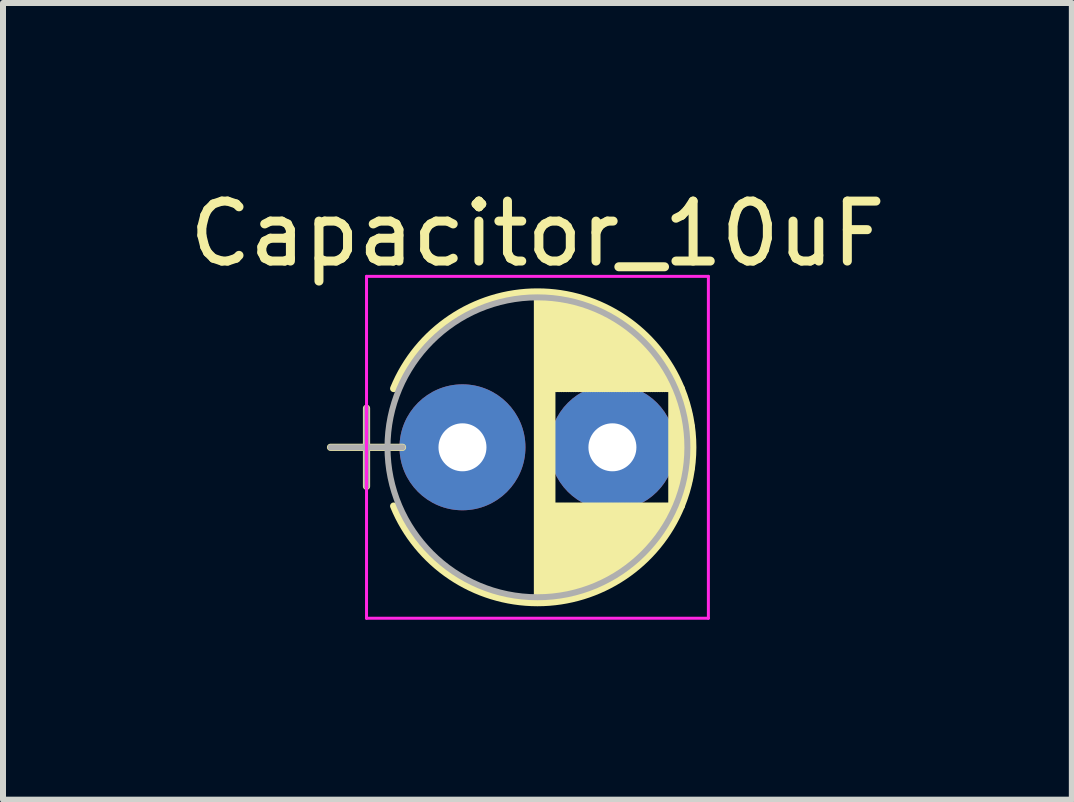
<source format=kicad_pcb>
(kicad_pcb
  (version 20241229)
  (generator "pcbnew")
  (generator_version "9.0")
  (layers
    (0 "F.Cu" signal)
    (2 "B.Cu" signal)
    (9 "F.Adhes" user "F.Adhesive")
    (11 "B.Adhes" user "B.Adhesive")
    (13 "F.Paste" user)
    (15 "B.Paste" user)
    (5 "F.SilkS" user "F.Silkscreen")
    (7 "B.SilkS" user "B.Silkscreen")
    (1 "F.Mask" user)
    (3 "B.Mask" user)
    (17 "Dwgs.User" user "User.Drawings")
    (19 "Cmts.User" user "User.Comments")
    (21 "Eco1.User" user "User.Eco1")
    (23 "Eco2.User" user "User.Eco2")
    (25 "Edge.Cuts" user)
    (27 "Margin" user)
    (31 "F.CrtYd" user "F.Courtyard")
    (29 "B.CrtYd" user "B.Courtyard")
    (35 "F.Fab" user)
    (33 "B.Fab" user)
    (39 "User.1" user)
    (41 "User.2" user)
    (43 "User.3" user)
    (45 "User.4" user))
  (footprint "Capacitor_10uF"
    (layer "F.Cu")
    (at 4.661 4.408)
    (property "Reference" "Capacitor_10uF" (at 1.25 -3.56 0) (layer "F.SilkS") (effects (font (size 1 1) (thickness 0.15))))
    (attr through_hole)
    (fp_line (start -2.2 0) (end -1 0) (stroke (width 0.12) (type solid)) (layer "F.SilkS"))
    (fp_line (start -1.6 -0.65) (end -1.6 0.65) (stroke (width 0.12) (type solid)) (layer "F.SilkS"))
    (fp_line (start 1.25 -2.55) (end 1.25 2.55) (stroke (width 0.12) (type solid)) (layer "F.SilkS"))
    (fp_line (start 1.29 -2.55) (end 1.29 2.55) (stroke (width 0.12) (type solid)) (layer "F.SilkS"))
    (fp_line (start 1.33 -2.549) (end 1.33 2.549) (stroke (width 0.12) (type solid)) (layer "F.SilkS"))
    (fp_line (start 1.37 -2.548) (end 1.37 2.548) (stroke (width 0.12) (type solid)) (layer "F.SilkS"))
    (fp_line (start 1.41 -2.546) (end 1.41 2.546) (stroke (width 0.12) (type solid)) (layer "F.SilkS"))
    (fp_line (start 1.45 -2.543) (end 1.45 2.543) (stroke (width 0.12) (type solid)) (layer "F.SilkS"))
    (fp_line (start 1.49 -2.539) (end 1.49 2.539) (stroke (width 0.12) (type solid)) (layer "F.SilkS"))
    (fp_line (start 1.53 -2.535) (end 1.53 -0.98) (stroke (width 0.12) (type solid)) (layer "F.SilkS"))
    (fp_line (start 1.53 0.98) (end 1.53 2.535) (stroke (width 0.12) (type solid)) (layer "F.SilkS"))
    (fp_line (start 1.57 -2.531) (end 1.57 -0.98) (stroke (width 0.12) (type solid)) (layer "F.SilkS"))
    (fp_line (start 1.57 0.98) (end 1.57 2.531) (stroke (width 0.12) (type solid)) (layer "F.SilkS"))
    (fp_line (start 1.61 -2.525) (end 1.61 -0.98) (stroke (width 0.12) (type solid)) (layer "F.SilkS"))
    (fp_line (start 1.61 0.98) (end 1.61 2.525) (stroke (width 0.12) (type solid)) (layer "F.SilkS"))
    (fp_line (start 1.65 -2.519) (end 1.65 -0.98) (stroke (width 0.12) (type solid)) (layer "F.SilkS"))
    (fp_line (start 1.65 0.98) (end 1.65 2.519) (stroke (width 0.12) (type solid)) (layer "F.SilkS"))
    (fp_line (start 1.69 -2.513) (end 1.69 -0.98) (stroke (width 0.12) (type solid)) (layer "F.SilkS"))
    (fp_line (start 1.69 0.98) (end 1.69 2.513) (stroke (width 0.12) (type solid)) (layer "F.SilkS"))
    (fp_line (start 1.73 -2.506) (end 1.73 -0.98) (stroke (width 0.12) (type solid)) (layer "F.SilkS"))
    (fp_line (start 1.73 0.98) (end 1.73 2.506) (stroke (width 0.12) (type solid)) (layer "F.SilkS"))
    (fp_line (start 1.77 -2.498) (end 1.77 -0.98) (stroke (width 0.12) (type solid)) (layer "F.SilkS"))
    (fp_line (start 1.77 0.98) (end 1.77 2.498) (stroke (width 0.12) (type solid)) (layer "F.SilkS"))
    (fp_line (start 1.81 -2.489) (end 1.81 -0.98) (stroke (width 0.12) (type solid)) (layer "F.SilkS"))
    (fp_line (start 1.81 0.98) (end 1.81 2.489) (stroke (width 0.12) (type solid)) (layer "F.SilkS"))
    (fp_line (start 1.85 -2.48) (end 1.85 -0.98) (stroke (width 0.12) (type solid)) (layer "F.SilkS"))
    (fp_line (start 1.85 0.98) (end 1.85 2.48) (stroke (width 0.12) (type solid)) (layer "F.SilkS"))
    (fp_line (start 1.89 -2.47) (end 1.89 -0.98) (stroke (width 0.12) (type solid)) (layer "F.SilkS"))
    (fp_line (start 1.89 0.98) (end 1.89 2.47) (stroke (width 0.12) (type solid)) (layer "F.SilkS"))
    (fp_line (start 1.93 -2.46) (end 1.93 -0.98) (stroke (width 0.12) (type solid)) (layer "F.SilkS"))
    (fp_line (start 1.93 0.98) (end 1.93 2.46) (stroke (width 0.12) (type solid)) (layer "F.SilkS"))
    (fp_line (start 1.971 -2.448) (end 1.971 -0.98) (stroke (width 0.12) (type solid)) (layer "F.SilkS"))
    (fp_line (start 1.971 0.98) (end 1.971 2.448) (stroke (width 0.12) (type solid)) (layer "F.SilkS"))
    (fp_line (start 2.011 -2.436) (end 2.011 -0.98) (stroke (width 0.12) (type solid)) (layer "F.SilkS"))
    (fp_line (start 2.011 0.98) (end 2.011 2.436) (stroke (width 0.12) (type solid)) (layer "F.SilkS"))
    (fp_line (start 2.051 -2.424) (end 2.051 -0.98) (stroke (width 0.12) (type solid)) (layer "F.SilkS"))
    (fp_line (start 2.051 0.98) (end 2.051 2.424) (stroke (width 0.12) (type solid)) (layer "F.SilkS"))
    (fp_line (start 2.091 -2.41) (end 2.091 -0.98) (stroke (width 0.12) (type solid)) (layer "F.SilkS"))
    (fp_line (start 2.091 0.98) (end 2.091 2.41) (stroke (width 0.12) (type solid)) (layer "F.SilkS"))
    (fp_line (start 2.131 -2.396) (end 2.131 -0.98) (stroke (width 0.12) (type solid)) (layer "F.SilkS"))
    (fp_line (start 2.131 0.98) (end 2.131 2.396) (stroke (width 0.12) (type solid)) (layer "F.SilkS"))
    (fp_line (start 2.171 -2.382) (end 2.171 -0.98) (stroke (width 0.12) (type solid)) (layer "F.SilkS"))
    (fp_line (start 2.171 0.98) (end 2.171 2.382) (stroke (width 0.12) (type solid)) (layer "F.SilkS"))
    (fp_line (start 2.211 -2.366) (end 2.211 -0.98) (stroke (width 0.12) (type solid)) (layer "F.SilkS"))
    (fp_line (start 2.211 0.98) (end 2.211 2.366) (stroke (width 0.12) (type solid)) (layer "F.SilkS"))
    (fp_line (start 2.251 -2.35) (end 2.251 -0.98) (stroke (width 0.12) (type solid)) (layer "F.SilkS"))
    (fp_line (start 2.251 0.98) (end 2.251 2.35) (stroke (width 0.12) (type solid)) (layer "F.SilkS"))
    (fp_line (start 2.291 -2.333) (end 2.291 -0.98) (stroke (width 0.12) (type solid)) (layer "F.SilkS"))
    (fp_line (start 2.291 0.98) (end 2.291 2.333) (stroke (width 0.12) (type solid)) (layer "F.SilkS"))
    (fp_line (start 2.331 -2.315) (end 2.331 -0.98) (stroke (width 0.12) (type solid)) (layer "F.SilkS"))
    (fp_line (start 2.331 0.98) (end 2.331 2.315) (stroke (width 0.12) (type solid)) (layer "F.SilkS"))
    (fp_line (start 2.371 -2.296) (end 2.371 -0.98) (stroke (width 0.12) (type solid)) (layer "F.SilkS"))
    (fp_line (start 2.371 0.98) (end 2.371 2.296) (stroke (width 0.12) (type solid)) (layer "F.SilkS"))
    (fp_line (start 2.411 -2.276) (end 2.411 -0.98) (stroke (width 0.12) (type solid)) (layer "F.SilkS"))
    (fp_line (start 2.411 0.98) (end 2.411 2.276) (stroke (width 0.12) (type solid)) (layer "F.SilkS"))
    (fp_line (start 2.451 -2.256) (end 2.451 -0.98) (stroke (width 0.12) (type solid)) (layer "F.SilkS"))
    (fp_line (start 2.451 0.98) (end 2.451 2.256) (stroke (width 0.12) (type solid)) (layer "F.SilkS"))
    (fp_line (start 2.491 -2.234) (end 2.491 -0.98) (stroke (width 0.12) (type solid)) (layer "F.SilkS"))
    (fp_line (start 2.491 0.98) (end 2.491 2.234) (stroke (width 0.12) (type solid)) (layer "F.SilkS"))
    (fp_line (start 2.531 -2.212) (end 2.531 -0.98) (stroke (width 0.12) (type solid)) (layer "F.SilkS"))
    (fp_line (start 2.531 0.98) (end 2.531 2.212) (stroke (width 0.12) (type solid)) (layer "F.SilkS"))
    (fp_line (start 2.571 -2.189) (end 2.571 -0.98) (stroke (width 0.12) (type solid)) (layer "F.SilkS"))
    (fp_line (start 2.571 0.98) (end 2.571 2.189) (stroke (width 0.12) (type solid)) (layer "F.SilkS"))
    (fp_line (start 2.611 -2.165) (end 2.611 -0.98) (stroke (width 0.12) (type solid)) (layer "F.SilkS"))
    (fp_line (start 2.611 0.98) (end 2.611 2.165) (stroke (width 0.12) (type solid)) (layer "F.SilkS"))
    (fp_line (start 2.651 -2.14) (end 2.651 -0.98) (stroke (width 0.12) (type solid)) (layer "F.SilkS"))
    (fp_line (start 2.651 0.98) (end 2.651 2.14) (stroke (width 0.12) (type solid)) (layer "F.SilkS"))
    (fp_line (start 2.691 -2.113) (end 2.691 -0.98) (stroke (width 0.12) (type solid)) (layer "F.SilkS"))
    (fp_line (start 2.691 0.98) (end 2.691 2.113) (stroke (width 0.12) (type solid)) (layer "F.SilkS"))
    (fp_line (start 2.731 -2.086) (end 2.731 -0.98) (stroke (width 0.12) (type solid)) (layer "F.SilkS"))
    (fp_line (start 2.731 0.98) (end 2.731 2.086) (stroke (width 0.12) (type solid)) (layer "F.SilkS"))
    (fp_line (start 2.771 -2.058) (end 2.771 -0.98) (stroke (width 0.12) (type solid)) (layer "F.SilkS"))
    (fp_line (start 2.771 0.98) (end 2.771 2.058) (stroke (width 0.12) (type solid)) (layer "F.SilkS"))
    (fp_line (start 2.811 -2.028) (end 2.811 -0.98) (stroke (width 0.12) (type solid)) (layer "F.SilkS"))
    (fp_line (start 2.811 0.98) (end 2.811 2.028) (stroke (width 0.12) (type solid)) (layer "F.SilkS"))
    (fp_line (start 2.851 -1.997) (end 2.851 -0.98) (stroke (width 0.12) (type solid)) (layer "F.SilkS"))
    (fp_line (start 2.851 0.98) (end 2.851 1.997) (stroke (width 0.12) (type solid)) (layer "F.SilkS"))
    (fp_line (start 2.891 -1.965) (end 2.891 -0.98) (stroke (width 0.12) (type solid)) (layer "F.SilkS"))
    (fp_line (start 2.891 0.98) (end 2.891 1.965) (stroke (width 0.12) (type solid)) (layer "F.SilkS"))
    (fp_line (start 2.931 -1.932) (end 2.931 -0.98) (stroke (width 0.12) (type solid)) (layer "F.SilkS"))
    (fp_line (start 2.931 0.98) (end 2.931 1.932) (stroke (width 0.12) (type solid)) (layer "F.SilkS"))
    (fp_line (start 2.971 -1.897) (end 2.971 -0.98) (stroke (width 0.12) (type solid)) (layer "F.SilkS"))
    (fp_line (start 2.971 0.98) (end 2.971 1.897) (stroke (width 0.12) (type solid)) (layer "F.SilkS"))
    (fp_line (start 3.011 -1.861) (end 3.011 -0.98) (stroke (width 0.12) (type solid)) (layer "F.SilkS"))
    (fp_line (start 3.011 0.98) (end 3.011 1.861) (stroke (width 0.12) (type solid)) (layer "F.SilkS"))
    (fp_line (start 3.051 -1.823) (end 3.051 -0.98) (stroke (width 0.12) (type solid)) (layer "F.SilkS"))
    (fp_line (start 3.051 0.98) (end 3.051 1.823) (stroke (width 0.12) (type solid)) (layer "F.SilkS"))
    (fp_line (start 3.091 -1.783) (end 3.091 -0.98) (stroke (width 0.12) (type solid)) (layer "F.SilkS"))
    (fp_line (start 3.091 0.98) (end 3.091 1.783) (stroke (width 0.12) (type solid)) (layer "F.SilkS"))
    (fp_line (start 3.131 -1.742) (end 3.131 -0.98) (stroke (width 0.12) (type solid)) (layer "F.SilkS"))
    (fp_line (start 3.131 0.98) (end 3.131 1.742) (stroke (width 0.12) (type solid)) (layer "F.SilkS"))
    (fp_line (start 3.171 -1.699) (end 3.171 -0.98) (stroke (width 0.12) (type solid)) (layer "F.SilkS"))
    (fp_line (start 3.171 0.98) (end 3.171 1.699) (stroke (width 0.12) (type solid)) (layer "F.SilkS"))
    (fp_line (start 3.211 -1.654) (end 3.211 -0.98) (stroke (width 0.12) (type solid)) (layer "F.SilkS"))
    (fp_line (start 3.211 0.98) (end 3.211 1.654) (stroke (width 0.12) (type solid)) (layer "F.SilkS"))
    (fp_line (start 3.251 -1.606) (end 3.251 -0.98) (stroke (width 0.12) (type solid)) (layer "F.SilkS"))
    (fp_line (start 3.251 0.98) (end 3.251 1.606) (stroke (width 0.12) (type solid)) (layer "F.SilkS"))
    (fp_line (start 3.291 -1.556) (end 3.291 -0.98) (stroke (width 0.12) (type solid)) (layer "F.SilkS"))
    (fp_line (start 3.291 0.98) (end 3.291 1.556) (stroke (width 0.12) (type solid)) (layer "F.SilkS"))
    (fp_line (start 3.331 -1.504) (end 3.331 -0.98) (stroke (width 0.12) (type solid)) (layer "F.SilkS"))
    (fp_line (start 3.331 0.98) (end 3.331 1.504) (stroke (width 0.12) (type solid)) (layer "F.SilkS"))
    (fp_line (start 3.371 -1.448) (end 3.371 -0.98) (stroke (width 0.12) (type solid)) (layer "F.SilkS"))
    (fp_line (start 3.371 0.98) (end 3.371 1.448) (stroke (width 0.12) (type solid)) (layer "F.SilkS"))
    (fp_line (start 3.411 -1.39) (end 3.411 -0.98) (stroke (width 0.12) (type solid)) (layer "F.SilkS"))
    (fp_line (start 3.411 0.98) (end 3.411 1.39) (stroke (width 0.12) (type solid)) (layer "F.SilkS"))
    (fp_line (start 3.451 -1.327) (end 3.451 -0.98) (stroke (width 0.12) (type solid)) (layer "F.SilkS"))
    (fp_line (start 3.451 0.98) (end 3.451 1.327) (stroke (width 0.12) (type solid)) (layer "F.SilkS"))
    (fp_line (start 3.491 -1.261) (end 3.491 1.261) (stroke (width 0.12) (type solid)) (layer "F.SilkS"))
    (fp_line (start 3.531 -1.189) (end 3.531 1.189) (stroke (width 0.12) (type solid)) (layer "F.SilkS"))
    (fp_line (start 3.571 -1.112) (end 3.571 1.112) (stroke (width 0.12) (type solid)) (layer "F.SilkS"))
    (fp_line (start 3.611 -1.028) (end 3.611 1.028) (stroke (width 0.12) (type solid)) (layer "F.SilkS"))
    (fp_line (start 3.651 -0.934) (end 3.651 0.934) (stroke (width 0.12) (type solid)) (layer "F.SilkS"))
    (fp_line (start 3.691 -0.829) (end 3.691 0.829) (stroke (width 0.12) (type solid)) (layer "F.SilkS"))
    (fp_line (start 3.731 -0.707) (end 3.731 0.707) (stroke (width 0.12) (type solid)) (layer "F.SilkS"))
    (fp_line (start 3.771 -0.559) (end 3.771 0.559) (stroke (width 0.12) (type solid)) (layer "F.SilkS"))
    (fp_line (start 3.811 -0.354) (end 3.811 0.354) (stroke (width 0.12) (type solid)) (layer "F.SilkS"))
    (fp_arc (start -1.147436 -0.98) (mid 1.249244 -2.59) (end 3.646863 -0.9814) (stroke (width 0.12) (type solid)) (layer "F.SilkS"))
    (fp_arc (start 3.646863 0.9814) (mid 1.249244 2.59) (end -1.147436 0.98) (stroke (width 0.12) (type solid)) (layer "F.SilkS"))
    (fp_arc (start 3.647436 -0.98) (mid 3.84 0.000756) (end 3.646863 0.9814) (stroke (width 0.12) (type solid)) (layer "F.SilkS"))
    (fp_line (start -1.6 -2.85) (end -1.6 2.85) (stroke (width 0.05) (type solid)) (layer "F.CrtYd"))
    (fp_line (start -1.6 2.85) (end 4.1 2.85) (stroke (width 0.05) (type solid)) (layer "F.CrtYd"))
    (fp_line (start 4.1 -2.85) (end -1.6 -2.85) (stroke (width 0.05) (type solid)) (layer "F.CrtYd"))
    (fp_line (start 4.1 2.85) (end 4.1 -2.85) (stroke (width 0.05) (type solid)) (layer "F.CrtYd"))
    (fp_line (start -2.2 0) (end -1 0) (stroke (width 0.1) (type solid)) (layer "F.Fab"))
    (fp_line (start -1.6 -0.65) (end -1.6 0.65) (stroke (width 0.1) (type solid)) (layer "F.Fab"))
    (fp_circle (center 1.25 0) (end 3.75 0) (stroke (width 0.1) (type solid)) (fill no) (layer "F.Fab"))
    (pad "1" thru_hole circle (at 0 0) (size 2.1 2.1) (drill 0.8) (layers "*.Cu" "*.Mask"))
    (pad "2" thru_hole circle (at 2.5 0) (size 2.1 2.1) (drill 0.8) (layers "*.Cu" "*.Mask")))
  (gr_rect
    (start -3 -3)
    (end 14.821 10.283)
    (stroke (width 0.1) (type default))
    (fill no)
    (layer "Edge.Cuts")))
</source>
